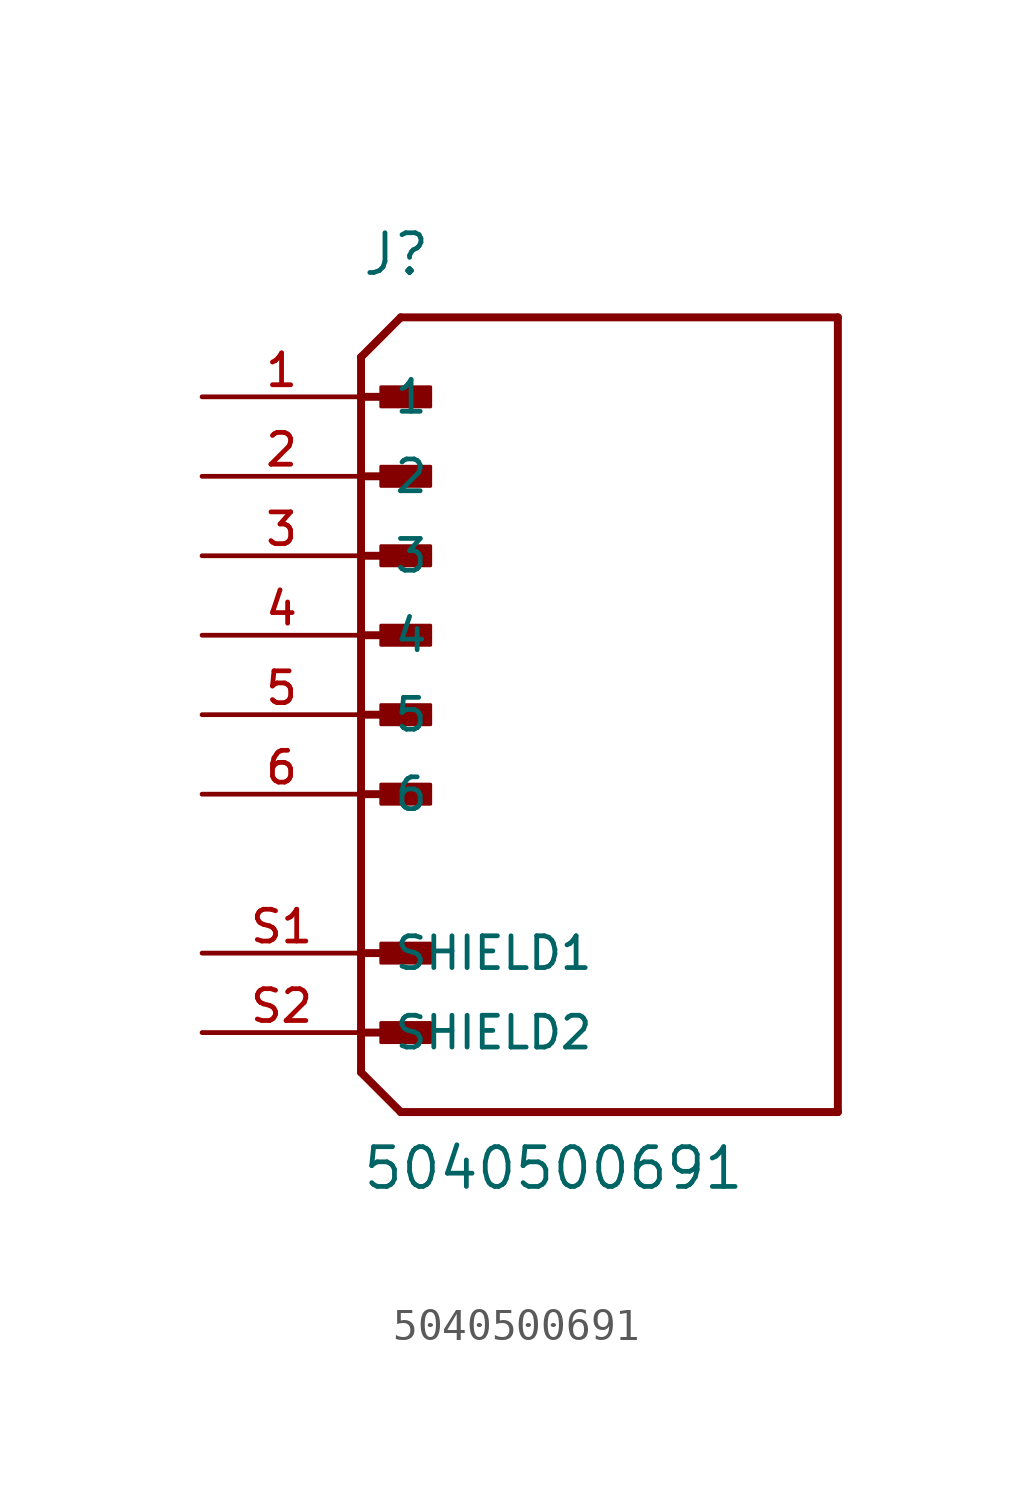
<source format=kicad_sym>
(kicad_symbol_lib
  (version 20211014)
  (generator kicad_symbol_editor)
  (symbol "5040500691"
    (pin_names
      (offset 1.016))
    (property "Reference" "J"
      (at -7.62 13.97 0)
      (effects (font (size 1.27 1.27)) (justify bottom left)))
    (property "Value" "5040500691"
      (at -7.62 -15.24 0)
      (effects (font (size 1.27 1.27)) (justify bottom left)))
    (symbol "5040500691_0_0"
      (polyline (pts (xy -7.62 11.43) (xy -6.35 12.7)) (stroke (width 0.254)))
      (polyline (pts (xy -7.62 11.43) (xy -7.62 5.08)) (stroke (width 0.254)))
      (polyline (pts (xy -7.62 5.08) (xy -7.62 2.54)) (stroke (width 0.254)))
      (polyline (pts (xy -7.62 2.54) (xy -7.62 0.0)) (stroke (width 0.254)))
      (polyline (pts (xy -7.62 0.0) (xy -7.62 -2.54)) (stroke (width 0.254)))
      (polyline (pts (xy -7.62 -2.54) (xy -7.62 -11.43)) (stroke (width 0.254)))
      (polyline (pts (xy -7.62 -11.43) (xy -6.35 -12.7)) (stroke (width 0.254)))
      (polyline (pts (xy -6.35 -12.7) (xy 7.62 -12.7)) (stroke (width 0.254)))
      (polyline (pts (xy 7.62 -12.7) (xy 7.62 12.7)) (stroke (width 0.254)))
      (polyline (pts (xy 7.62 12.7) (xy -6.35 12.7)) (stroke (width 0.254)))
      (rectangle (start -6.985 9.842) (end -5.397 10.477) (stroke (width 0.1)) (fill (type outline)))
      (polyline (pts (xy -7.62 7.62) (xy -5.715 7.62)) (stroke (width 0.254)))
      (rectangle (start -6.985 7.303) (end -5.397 7.938) (stroke (width 0.1)) (fill (type outline)))
      (polyline (pts (xy -7.62 10.16) (xy -5.715 10.16)) (stroke (width 0.254)))
      (polyline (pts (xy -7.62 -7.62) (xy -5.715 -7.62)) (stroke (width 0.254)))
      (rectangle (start -6.985 -7.938) (end -5.397 -7.303) (stroke (width 0.1)) (fill (type outline)))
      (polyline (pts (xy -7.62 5.08) (xy -5.715 5.08)) (stroke (width 0.254)))
      (rectangle (start -6.985 4.763) (end -5.397 5.397) (stroke (width 0.1)) (fill (type outline)))
      (rectangle (start -6.985 2.223) (end -5.397 2.857) (stroke (width 0.1)) (fill (type outline)))
      (polyline (pts (xy -7.62 2.54) (xy -5.715 2.54)) (stroke (width 0.254)))
      (polyline (pts (xy -7.62 0.0) (xy -5.715 0.0)) (stroke (width 0.254)))
      (rectangle (start -6.985 -0.318) (end -5.397 0.318) (stroke (width 0.1)) (fill (type outline)))
      (rectangle (start -6.985 -2.857) (end -5.397 -2.223) (stroke (width 0.1)) (fill (type outline)))
      (polyline (pts (xy -7.62 -2.54) (xy -5.715 -2.54)) (stroke (width 0.254)))
      (polyline (pts (xy -7.62 -10.16) (xy -5.715 -10.16)) (stroke (width 0.254)))
      (rectangle (start -6.985 -10.477) (end -5.397 -9.842) (stroke (width 0.1)) (fill (type outline)))
      (pin passive line (at -12.7 10.16 0) (length 5.08) (name "1" (effects (font (size 1.016 1.016)))) (number "1" (effects (font (size 1.016 1.016)))))
      (pin passive line (at -12.7 7.62 0) (length 5.08) (name "2" (effects (font (size 1.016 1.016)))) (number "2" (effects (font (size 1.016 1.016)))))
      (pin passive line (at -12.7 -7.62 0) (length 5.08) (name "SHIELD1" (effects (font (size 1.016 1.016)))) (number "S1" (effects (font (size 1.016 1.016)))))
      (pin passive line (at -12.7 5.08 0) (length 5.08) (name "3" (effects (font (size 1.016 1.016)))) (number "3" (effects (font (size 1.016 1.016)))))
      (pin passive line (at -12.7 2.54 0) (length 5.08) (name "4" (effects (font (size 1.016 1.016)))) (number "4" (effects (font (size 1.016 1.016)))))
      (pin passive line (at -12.7 0.0 0) (length 5.08) (name "5" (effects (font (size 1.016 1.016)))) (number "5" (effects (font (size 1.016 1.016)))))
      (pin passive line (at -12.7 -2.54 0) (length 5.08) (name "6" (effects (font (size 1.016 1.016)))) (number "6" (effects (font (size 1.016 1.016)))))
      (pin passive line (at -12.7 -10.16 0) (length 5.08) (name "SHIELD2" (effects (font (size 1.016 1.016)))) (number "S2" (effects (font (size 1.016 1.016))))))))
</source>
